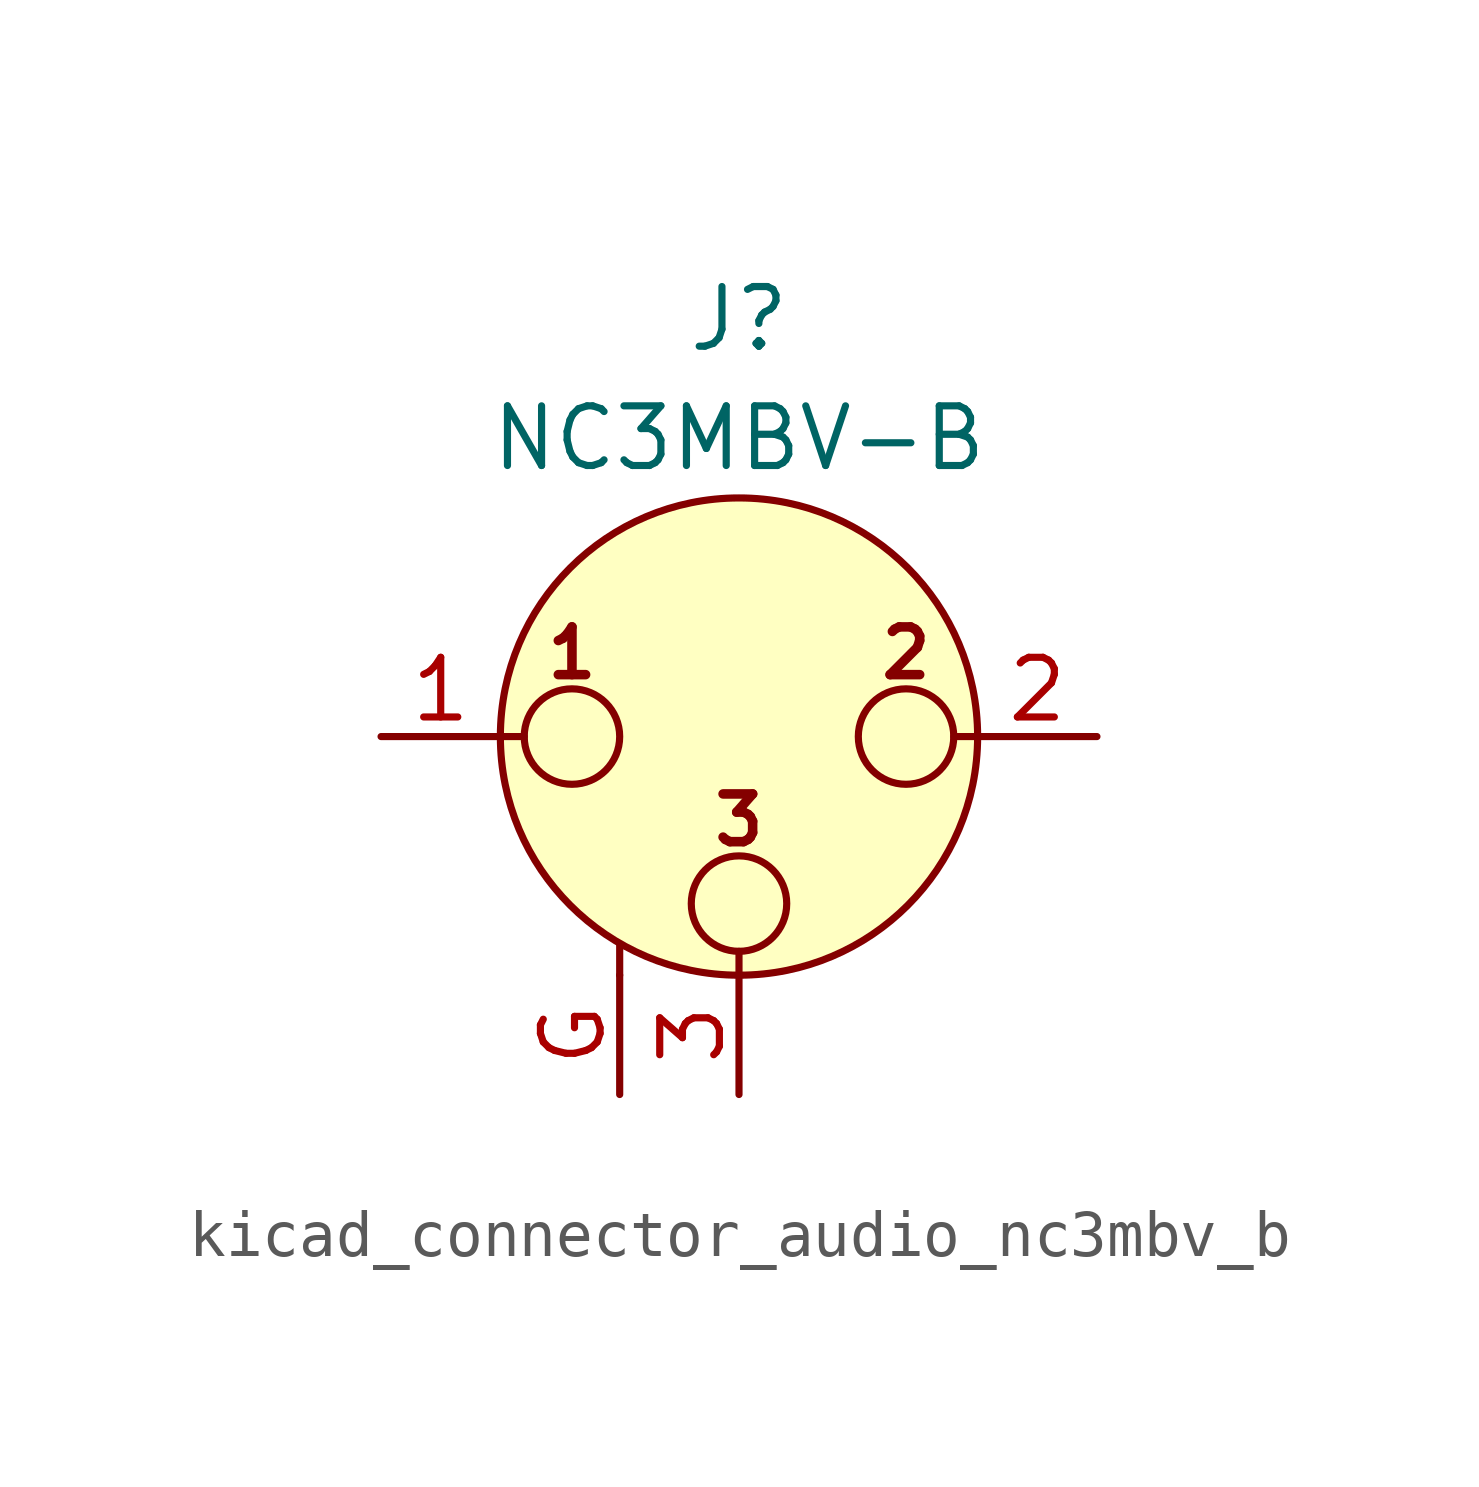
<source format=kicad_sym>
(kicad_symbol_lib
  (version 20220914)
  (generator kicad_symbol_editor)
  (symbol "kicad_connector_audio_nc3mbv_b"
    (pin_names hide)
    (property "Reference" "J"
      (at 0 8.89 0)
      (effects (font (size 1.27 1.27))))
    (property "Value" "NC3MBV-B"
      (at 0 6.35 0)
      (effects (font (size 1.27 1.27))))
    (symbol "kicad_connector_audio_nc3mbv_b_0_1"
      (circle (center -3.556 0) (radius 1.016) (stroke (width 0) (type default)) (fill (type none)))
      (circle (center 0 -3.556) (radius 1.016) (stroke (width 0) (type default)) (fill (type none)))
      (polyline (pts (xy -5.08 0) (xy -4.572 0)) (stroke (width 0) (type default)) (fill (type none)))
      (polyline (pts (xy -2.54 -5.08) (xy -2.54 -4.445)) (stroke (width 0) (type default)) (fill (type none)))
      (polyline (pts (xy 0 -5.08) (xy 0 -4.572)) (stroke (width 0) (type default)) (fill (type none)))
      (polyline (pts (xy 5.08 0) (xy 4.572 0)) (stroke (width 0) (type default)) (fill (type none)))
      (circle (center 0 0) (radius 5.08) (stroke (width 0) (type default)) (fill (type background)))
      (circle (center 3.556 0) (radius 1.016) (stroke (width 0) (type default)) (fill (type none)))
      (text "1" (at -3.556 1.778 0) (effects (font (size 1.016 1.016) bold)))
      (text "2" (at 3.556 1.778 0) (effects (font (size 1.016 1.016) bold)))
      (text "3" (at 0 -1.778 0) (effects (font (size 1.016 1.016) bold)))
      (pin passive line (at -7.62 0 0) (length 2.54) (name "~" (effects (font (size 1.27 1.27)))) (number "1" (effects (font (size 1.27 1.27)))))
      (pin passive line (at 7.62 0 180) (length 2.54) (name "~" (effects (font (size 1.27 1.27)))) (number "2" (effects (font (size 1.27 1.27)))))
      (pin passive line (at 0 -7.62 90) (length 2.54) (name "~" (effects (font (size 1.27 1.27)))) (number "3" (effects (font (size 1.27 1.27))))))
    (symbol "kicad_connector_audio_nc3mbv_b_1_1"
      (pin passive line (at -2.54 -7.62 90) (length 2.54) (name "~" (effects (font (size 1.27 1.27)))) (number "G" (effects (font (size 1.27 1.27))))))))
</source>
